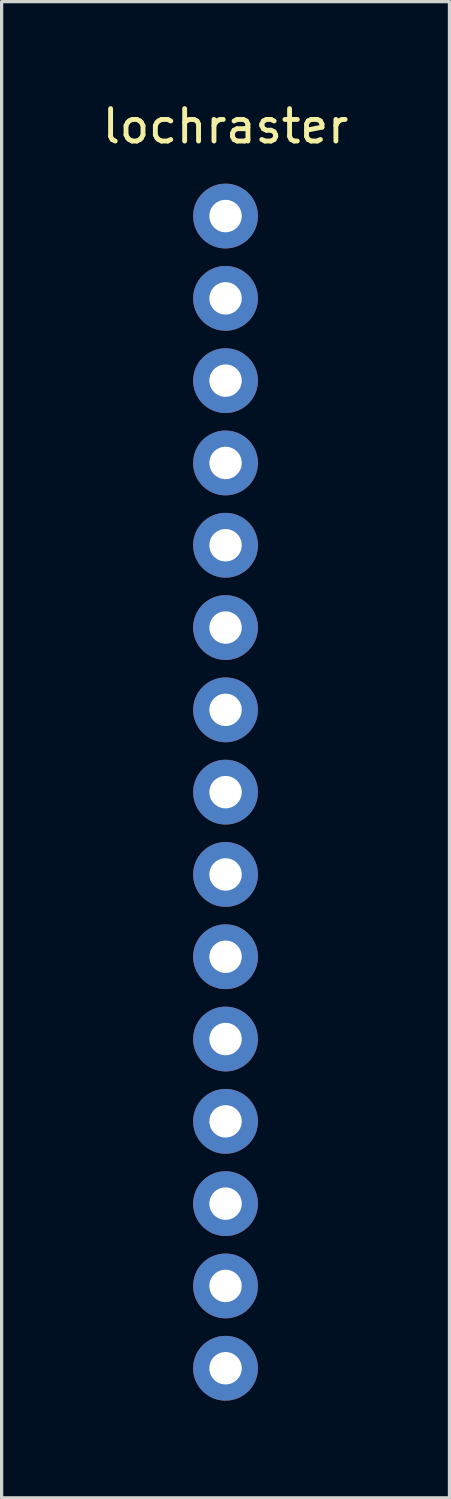
<source format=kicad_pcb>
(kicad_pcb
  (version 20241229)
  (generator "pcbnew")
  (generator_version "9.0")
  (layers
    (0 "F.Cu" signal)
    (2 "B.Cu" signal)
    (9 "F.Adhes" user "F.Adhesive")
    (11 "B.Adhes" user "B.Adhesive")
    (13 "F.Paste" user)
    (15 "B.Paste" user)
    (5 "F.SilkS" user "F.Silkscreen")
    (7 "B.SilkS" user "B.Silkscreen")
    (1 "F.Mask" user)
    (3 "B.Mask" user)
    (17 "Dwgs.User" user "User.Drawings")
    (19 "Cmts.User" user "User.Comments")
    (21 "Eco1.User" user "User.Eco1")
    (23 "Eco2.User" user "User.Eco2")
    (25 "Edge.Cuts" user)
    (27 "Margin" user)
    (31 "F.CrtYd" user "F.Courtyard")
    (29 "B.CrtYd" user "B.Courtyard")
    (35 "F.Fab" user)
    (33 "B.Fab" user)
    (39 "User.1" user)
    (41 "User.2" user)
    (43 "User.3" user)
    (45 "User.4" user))
  (footprint "lochraster"
    (layer "F.Cu")
    (at 3.911 3.618)
    (property "Reference" "lochraster" (at 0 -2.77 0) (layer "F.SilkS") (effects (font (size 1 1) (thickness 0.15))))
    (attr through_hole)
    (pad "" np_thru_hole circle (at 0 0) (size 2 2) (drill 1) (layers "*.Cu" "*.Mask"))
    (pad "" np_thru_hole circle (at 0 2.54) (size 2 2) (drill 1) (layers "*.Cu" "*.Mask"))
    (pad "" np_thru_hole circle (at 0 5.08) (size 2 2) (drill 1) (layers "*.Cu" "*.Mask"))
    (pad "" np_thru_hole circle (at 0 7.62) (size 2 2) (drill 1) (layers "*.Cu" "*.Mask"))
    (pad "" np_thru_hole circle (at 0 10.16) (size 2 2) (drill 1) (layers "*.Cu" "*.Mask"))
    (pad "" np_thru_hole circle (at 0 12.7) (size 2 2) (drill 1) (layers "*.Cu" "*.Mask"))
    (pad "" np_thru_hole circle (at 0 15.24) (size 2 2) (drill 1) (layers "*.Cu" "*.Mask"))
    (pad "" np_thru_hole circle (at 0 17.78) (size 2 2) (drill 1) (layers "*.Cu" "*.Mask"))
    (pad "" np_thru_hole circle (at 0 20.32) (size 2 2) (drill 1) (layers "*.Cu" "*.Mask"))
    (pad "" np_thru_hole circle (at 0 22.86) (size 2 2) (drill 1) (layers "*.Cu" "*.Mask"))
    (pad "" np_thru_hole circle (at 0 25.4) (size 2 2) (drill 1) (layers "*.Cu" "*.Mask"))
    (pad "" np_thru_hole circle (at 0 27.94) (size 2 2) (drill 1) (layers "*.Cu" "*.Mask"))
    (pad "" np_thru_hole circle (at 0 30.48) (size 2 2) (drill 1) (layers "*.Cu" "*.Mask"))
    (pad "" np_thru_hole circle (at 0 33.02) (size 2 2) (drill 1) (layers "*.Cu" "*.Mask"))
    (pad "" np_thru_hole circle (at 0 35.56) (size 2 2) (drill 1) (layers "*.Cu" "*.Mask")))
  (gr_rect
    (start -3 -3)
    (end 10.821 43.178)
    (stroke (width 0.1) (type default))
    (fill no)
    (layer "Edge.Cuts")))
</source>
